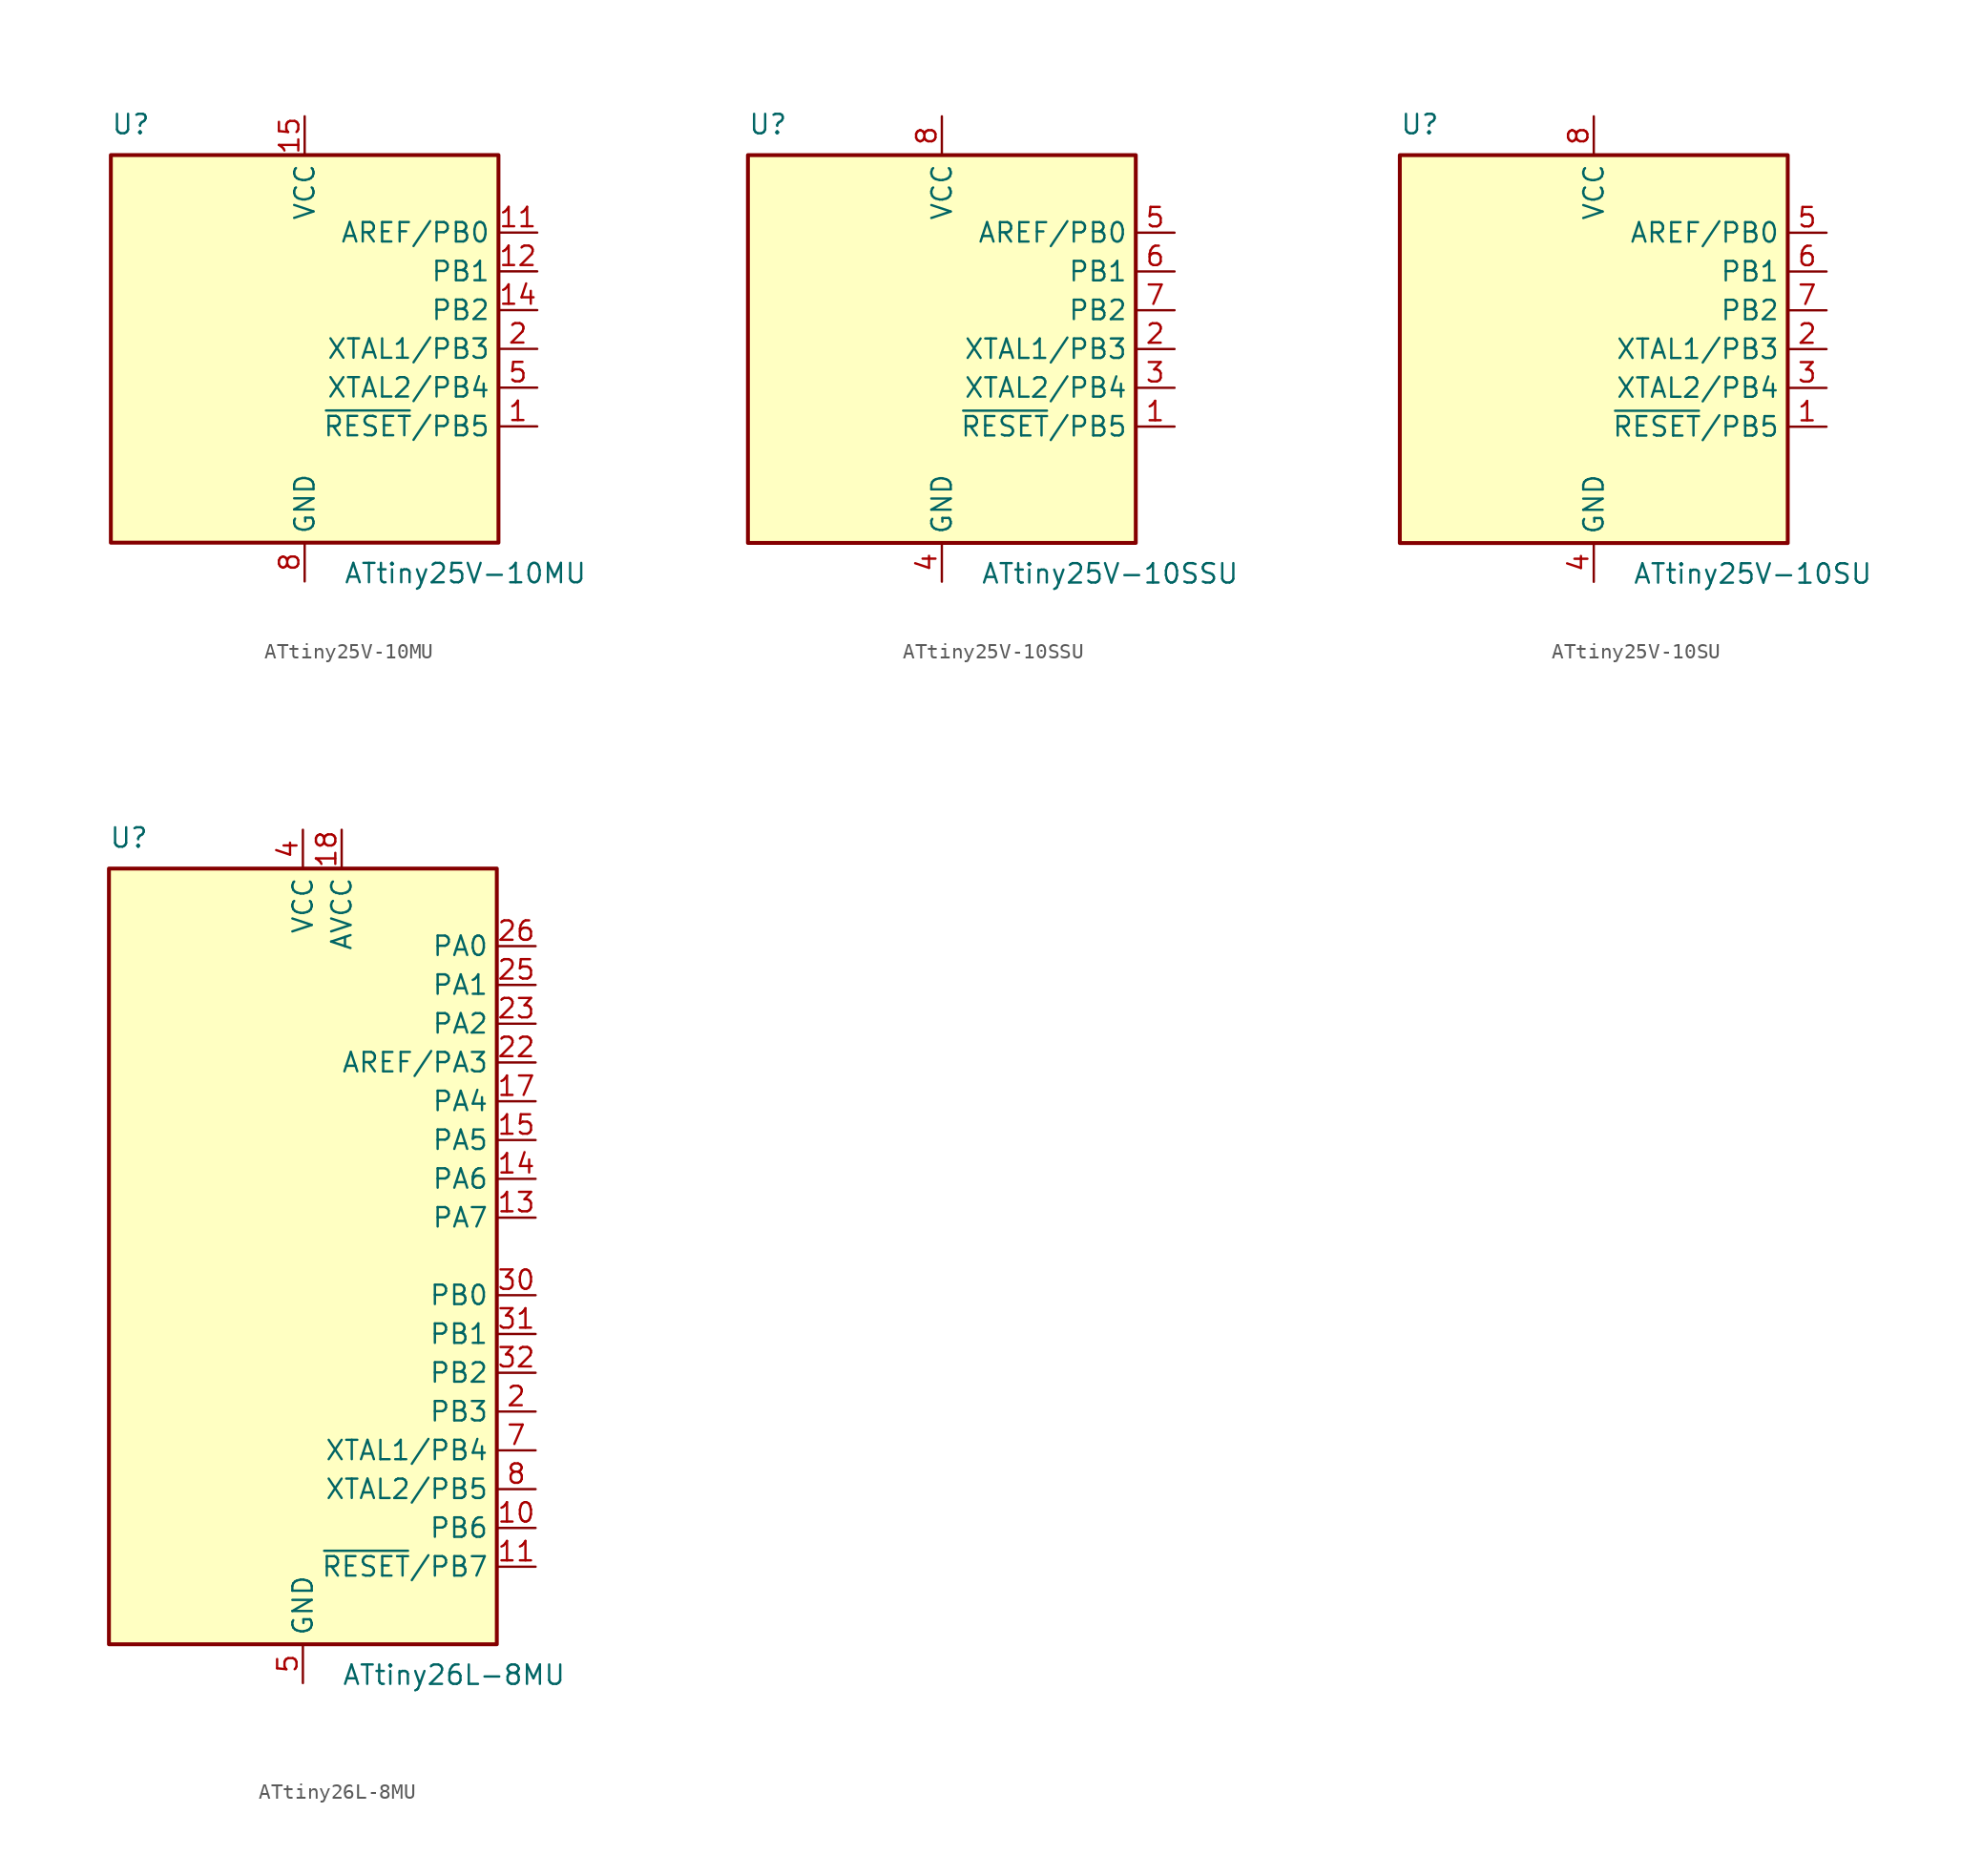
<source format=kicad_sym>
(kicad_symbol_lib
  (version 20211014)
  (generator kicad_symbol_editor)
  (symbol "ATtiny25V-10MU"
    (property "Reference" "U"
      (at -12.7 13.97 0)
      (effects (font (size 1.27 1.27)) (justify left bottom)))
    (property "Value" "ATtiny25V-10MU"
      (at 2.54 -13.97 0)
      (effects (font (size 1.27 1.27)) (justify left top)))
    (symbol "ATtiny25V-10MU_0_1"
      (rectangle (start -12.7 -12.7) (end 12.7 12.7) (stroke (width 0.254) (type default) (color 0 0 0 0)) (fill (type background))))
    (symbol "ATtiny25V-10MU_1_1"
      (pin bidirectional line (at 15.24 -5.08 180) (length 2.54) (name "~{RESET}/PB5" (effects (font (size 1.27 1.27)))) (number "1" (effects (font (size 1.27 1.27)))))
      (pin no_connect line (at -12.7 -2.54 0) (length 2.54) hide (name "NC" (effects (font (size 1.27 1.27)))) (number "10" (effects (font (size 1.27 1.27)))))
      (pin bidirectional line (at 15.24 7.62 180) (length 2.54) (name "AREF/PB0" (effects (font (size 1.27 1.27)))) (number "11" (effects (font (size 1.27 1.27)))))
      (pin bidirectional line (at 15.24 5.08 180) (length 2.54) (name "PB1" (effects (font (size 1.27 1.27)))) (number "12" (effects (font (size 1.27 1.27)))))
      (pin no_connect line (at -12.7 -5.08 0) (length 2.54) hide (name "NC" (effects (font (size 1.27 1.27)))) (number "13" (effects (font (size 1.27 1.27)))))
      (pin bidirectional line (at 15.24 2.54 180) (length 2.54) (name "PB2" (effects (font (size 1.27 1.27)))) (number "14" (effects (font (size 1.27 1.27)))))
      (pin power_in line (at 0 15.24 270) (length 2.54) (name "VCC" (effects (font (size 1.27 1.27)))) (number "15" (effects (font (size 1.27 1.27)))))
      (pin no_connect line (at -12.7 -7.62 0) (length 2.54) hide (name "NC" (effects (font (size 1.27 1.27)))) (number "16" (effects (font (size 1.27 1.27)))))
      (pin no_connect line (at -12.7 -10.16 0) (length 2.54) hide (name "NC" (effects (font (size 1.27 1.27)))) (number "17" (effects (font (size 1.27 1.27)))))
      (pin no_connect line (at -7.62 -12.7 90) (length 2.54) hide (name "NC" (effects (font (size 1.27 1.27)))) (number "18" (effects (font (size 1.27 1.27)))))
      (pin no_connect line (at -5.08 -12.7 90) (length 2.54) hide (name "NC" (effects (font (size 1.27 1.27)))) (number "19" (effects (font (size 1.27 1.27)))))
      (pin bidirectional line (at 15.24 0 180) (length 2.54) (name "XTAL1/PB3" (effects (font (size 1.27 1.27)))) (number "2" (effects (font (size 1.27 1.27)))))
      (pin no_connect line (at -2.54 -12.7 90) (length 2.54) hide (name "NC" (effects (font (size 1.27 1.27)))) (number "20" (effects (font (size 1.27 1.27)))))
      (pin passive line (at 0 -15.24 90) (length 2.54) hide (name "GND" (effects (font (size 1.27 1.27)))) (number "21" (effects (font (size 1.27 1.27)))))
      (pin no_connect line (at -12.7 10.16 0) (length 2.54) hide (name "NC" (effects (font (size 1.27 1.27)))) (number "3" (effects (font (size 1.27 1.27)))))
      (pin no_connect line (at -12.7 7.62 0) (length 2.54) hide (name "NC" (effects (font (size 1.27 1.27)))) (number "4" (effects (font (size 1.27 1.27)))))
      (pin bidirectional line (at 15.24 -2.54 180) (length 2.54) (name "XTAL2/PB4" (effects (font (size 1.27 1.27)))) (number "5" (effects (font (size 1.27 1.27)))))
      (pin no_connect line (at -12.7 5.08 0) (length 2.54) hide (name "NC" (effects (font (size 1.27 1.27)))) (number "6" (effects (font (size 1.27 1.27)))))
      (pin no_connect line (at -12.7 2.54 0) (length 2.54) hide (name "NC" (effects (font (size 1.27 1.27)))) (number "7" (effects (font (size 1.27 1.27)))))
      (pin power_in line (at 0 -15.24 90) (length 2.54) (name "GND" (effects (font (size 1.27 1.27)))) (number "8" (effects (font (size 1.27 1.27)))))
      (pin no_connect line (at -12.7 0 0) (length 2.54) hide (name "NC" (effects (font (size 1.27 1.27)))) (number "9" (effects (font (size 1.27 1.27)))))))
  (symbol "ATtiny25V-10SSU"
    (property "Reference" "U"
      (at -12.7 13.97 0)
      (effects (font (size 1.27 1.27)) (justify left bottom)))
    (property "Value" "ATtiny25V-10SSU"
      (at 2.54 -13.97 0)
      (effects (font (size 1.27 1.27)) (justify left top)))
    (symbol "ATtiny25V-10SSU_0_1"
      (rectangle (start -12.7 -12.7) (end 12.7 12.7) (stroke (width 0.254) (type default) (color 0 0 0 0)) (fill (type background))))
    (symbol "ATtiny25V-10SSU_1_1"
      (pin bidirectional line (at 15.24 -5.08 180) (length 2.54) (name "~{RESET}/PB5" (effects (font (size 1.27 1.27)))) (number "1" (effects (font (size 1.27 1.27)))))
      (pin bidirectional line (at 15.24 0 180) (length 2.54) (name "XTAL1/PB3" (effects (font (size 1.27 1.27)))) (number "2" (effects (font (size 1.27 1.27)))))
      (pin bidirectional line (at 15.24 -2.54 180) (length 2.54) (name "XTAL2/PB4" (effects (font (size 1.27 1.27)))) (number "3" (effects (font (size 1.27 1.27)))))
      (pin power_in line (at 0 -15.24 90) (length 2.54) (name "GND" (effects (font (size 1.27 1.27)))) (number "4" (effects (font (size 1.27 1.27)))))
      (pin bidirectional line (at 15.24 7.62 180) (length 2.54) (name "AREF/PB0" (effects (font (size 1.27 1.27)))) (number "5" (effects (font (size 1.27 1.27)))))
      (pin bidirectional line (at 15.24 5.08 180) (length 2.54) (name "PB1" (effects (font (size 1.27 1.27)))) (number "6" (effects (font (size 1.27 1.27)))))
      (pin bidirectional line (at 15.24 2.54 180) (length 2.54) (name "PB2" (effects (font (size 1.27 1.27)))) (number "7" (effects (font (size 1.27 1.27)))))
      (pin power_in line (at 0 15.24 270) (length 2.54) (name "VCC" (effects (font (size 1.27 1.27)))) (number "8" (effects (font (size 1.27 1.27)))))))
  (symbol "ATtiny25V-10SU"
    (property "Reference" "U"
      (at -12.7 13.97 0)
      (effects (font (size 1.27 1.27)) (justify left bottom)))
    (property "Value" "ATtiny25V-10SU"
      (at 2.54 -13.97 0)
      (effects (font (size 1.27 1.27)) (justify left top)))
    (symbol "ATtiny25V-10SU_0_1"
      (rectangle (start -12.7 -12.7) (end 12.7 12.7) (stroke (width 0.254) (type default) (color 0 0 0 0)) (fill (type background))))
    (symbol "ATtiny25V-10SU_1_1"
      (pin bidirectional line (at 15.24 -5.08 180) (length 2.54) (name "~{RESET}/PB5" (effects (font (size 1.27 1.27)))) (number "1" (effects (font (size 1.27 1.27)))))
      (pin bidirectional line (at 15.24 0 180) (length 2.54) (name "XTAL1/PB3" (effects (font (size 1.27 1.27)))) (number "2" (effects (font (size 1.27 1.27)))))
      (pin bidirectional line (at 15.24 -2.54 180) (length 2.54) (name "XTAL2/PB4" (effects (font (size 1.27 1.27)))) (number "3" (effects (font (size 1.27 1.27)))))
      (pin power_in line (at 0 -15.24 90) (length 2.54) (name "GND" (effects (font (size 1.27 1.27)))) (number "4" (effects (font (size 1.27 1.27)))))
      (pin bidirectional line (at 15.24 7.62 180) (length 2.54) (name "AREF/PB0" (effects (font (size 1.27 1.27)))) (number "5" (effects (font (size 1.27 1.27)))))
      (pin bidirectional line (at 15.24 5.08 180) (length 2.54) (name "PB1" (effects (font (size 1.27 1.27)))) (number "6" (effects (font (size 1.27 1.27)))))
      (pin bidirectional line (at 15.24 2.54 180) (length 2.54) (name "PB2" (effects (font (size 1.27 1.27)))) (number "7" (effects (font (size 1.27 1.27)))))
      (pin power_in line (at 0 15.24 270) (length 2.54) (name "VCC" (effects (font (size 1.27 1.27)))) (number "8" (effects (font (size 1.27 1.27)))))))
  (symbol "ATtiny26L-8MU"
    (property "Reference" "U"
      (at -12.7 26.67 0)
      (effects (font (size 1.27 1.27)) (justify left bottom)))
    (property "Value" "ATtiny26L-8MU"
      (at 2.54 -26.67 0)
      (effects (font (size 1.27 1.27)) (justify left top)))
    (symbol "ATtiny26L-8MU_0_1"
      (rectangle (start -12.7 -25.4) (end 12.7 25.4) (stroke (width 0.254) (type default) (color 0 0 0 0)) (fill (type background))))
    (symbol "ATtiny26L-8MU_1_1"
      (pin no_connect line (at -12.7 5.08 0) (length 2.54) hide (name "NC" (effects (font (size 1.27 1.27)))) (number "1" (effects (font (size 1.27 1.27)))))
      (pin bidirectional line (at 15.24 -17.78 180) (length 2.54) (name "PB6" (effects (font (size 1.27 1.27)))) (number "10" (effects (font (size 1.27 1.27)))))
      (pin bidirectional line (at 15.24 -20.32 180) (length 2.54) (name "~{RESET}/PB7" (effects (font (size 1.27 1.27)))) (number "11" (effects (font (size 1.27 1.27)))))
      (pin no_connect line (at -12.7 -5.08 0) (length 2.54) hide (name "NC" (effects (font (size 1.27 1.27)))) (number "12" (effects (font (size 1.27 1.27)))))
      (pin bidirectional line (at 15.24 2.54 180) (length 2.54) (name "PA7" (effects (font (size 1.27 1.27)))) (number "13" (effects (font (size 1.27 1.27)))))
      (pin bidirectional line (at 15.24 5.08 180) (length 2.54) (name "PA6" (effects (font (size 1.27 1.27)))) (number "14" (effects (font (size 1.27 1.27)))))
      (pin bidirectional line (at 15.24 7.62 180) (length 2.54) (name "PA5" (effects (font (size 1.27 1.27)))) (number "15" (effects (font (size 1.27 1.27)))))
      (pin no_connect line (at -12.7 -7.62 0) (length 2.54) hide (name "NC" (effects (font (size 1.27 1.27)))) (number "16" (effects (font (size 1.27 1.27)))))
      (pin bidirectional line (at 15.24 10.16 180) (length 2.54) (name "PA4" (effects (font (size 1.27 1.27)))) (number "17" (effects (font (size 1.27 1.27)))))
      (pin power_in line (at 2.54 27.94 270) (length 2.54) (name "AVCC" (effects (font (size 1.27 1.27)))) (number "18" (effects (font (size 1.27 1.27)))))
      (pin no_connect line (at -12.7 -10.16 0) (length 2.54) hide (name "NC" (effects (font (size 1.27 1.27)))) (number "19" (effects (font (size 1.27 1.27)))))
      (pin bidirectional line (at 15.24 -10.16 180) (length 2.54) (name "PB3" (effects (font (size 1.27 1.27)))) (number "2" (effects (font (size 1.27 1.27)))))
      (pin no_connect line (at -12.7 -12.7 0) (length 2.54) hide (name "NC" (effects (font (size 1.27 1.27)))) (number "20" (effects (font (size 1.27 1.27)))))
      (pin passive line (at 0 -27.94 90) (length 2.54) hide (name "GND" (effects (font (size 1.27 1.27)))) (number "21" (effects (font (size 1.27 1.27)))))
      (pin bidirectional line (at 15.24 12.7 180) (length 2.54) (name "AREF/PA3" (effects (font (size 1.27 1.27)))) (number "22" (effects (font (size 1.27 1.27)))))
      (pin bidirectional line (at 15.24 15.24 180) (length 2.54) (name "PA2" (effects (font (size 1.27 1.27)))) (number "23" (effects (font (size 1.27 1.27)))))
      (pin no_connect line (at -12.7 -15.24 0) (length 2.54) hide (name "NC" (effects (font (size 1.27 1.27)))) (number "24" (effects (font (size 1.27 1.27)))))
      (pin bidirectional line (at 15.24 17.78 180) (length 2.54) (name "PA1" (effects (font (size 1.27 1.27)))) (number "25" (effects (font (size 1.27 1.27)))))
      (pin bidirectional line (at 15.24 20.32 180) (length 2.54) (name "PA0" (effects (font (size 1.27 1.27)))) (number "26" (effects (font (size 1.27 1.27)))))
      (pin no_connect line (at -12.7 -17.78 0) (length 2.54) hide (name "NC" (effects (font (size 1.27 1.27)))) (number "27" (effects (font (size 1.27 1.27)))))
      (pin no_connect line (at -12.7 -20.32 0) (length 2.54) hide (name "NC" (effects (font (size 1.27 1.27)))) (number "28" (effects (font (size 1.27 1.27)))))
      (pin no_connect line (at -12.7 -22.86 0) (length 2.54) hide (name "NC" (effects (font (size 1.27 1.27)))) (number "29" (effects (font (size 1.27 1.27)))))
      (pin no_connect line (at -12.7 2.54 0) (length 2.54) hide (name "NC" (effects (font (size 1.27 1.27)))) (number "3" (effects (font (size 1.27 1.27)))))
      (pin bidirectional line (at 15.24 -2.54 180) (length 2.54) (name "PB0" (effects (font (size 1.27 1.27)))) (number "30" (effects (font (size 1.27 1.27)))))
      (pin bidirectional line (at 15.24 -5.08 180) (length 2.54) (name "PB1" (effects (font (size 1.27 1.27)))) (number "31" (effects (font (size 1.27 1.27)))))
      (pin bidirectional line (at 15.24 -7.62 180) (length 2.54) (name "PB2" (effects (font (size 1.27 1.27)))) (number "32" (effects (font (size 1.27 1.27)))))
      (pin passive line (at 0 -27.94 90) (length 2.54) hide (name "GND" (effects (font (size 1.27 1.27)))) (number "33" (effects (font (size 1.27 1.27)))))
      (pin power_in line (at 0 27.94 270) (length 2.54) (name "VCC" (effects (font (size 1.27 1.27)))) (number "4" (effects (font (size 1.27 1.27)))))
      (pin power_in line (at 0 -27.94 90) (length 2.54) (name "GND" (effects (font (size 1.27 1.27)))) (number "5" (effects (font (size 1.27 1.27)))))
      (pin no_connect line (at -12.7 0 0) (length 2.54) hide (name "NC" (effects (font (size 1.27 1.27)))) (number "6" (effects (font (size 1.27 1.27)))))
      (pin bidirectional line (at 15.24 -12.7 180) (length 2.54) (name "XTAL1/PB4" (effects (font (size 1.27 1.27)))) (number "7" (effects (font (size 1.27 1.27)))))
      (pin bidirectional line (at 15.24 -15.24 180) (length 2.54) (name "XTAL2/PB5" (effects (font (size 1.27 1.27)))) (number "8" (effects (font (size 1.27 1.27)))))
      (pin no_connect line (at -12.7 -2.54 0) (length 2.54) hide (name "NC" (effects (font (size 1.27 1.27)))) (number "9" (effects (font (size 1.27 1.27))))))))
</source>
